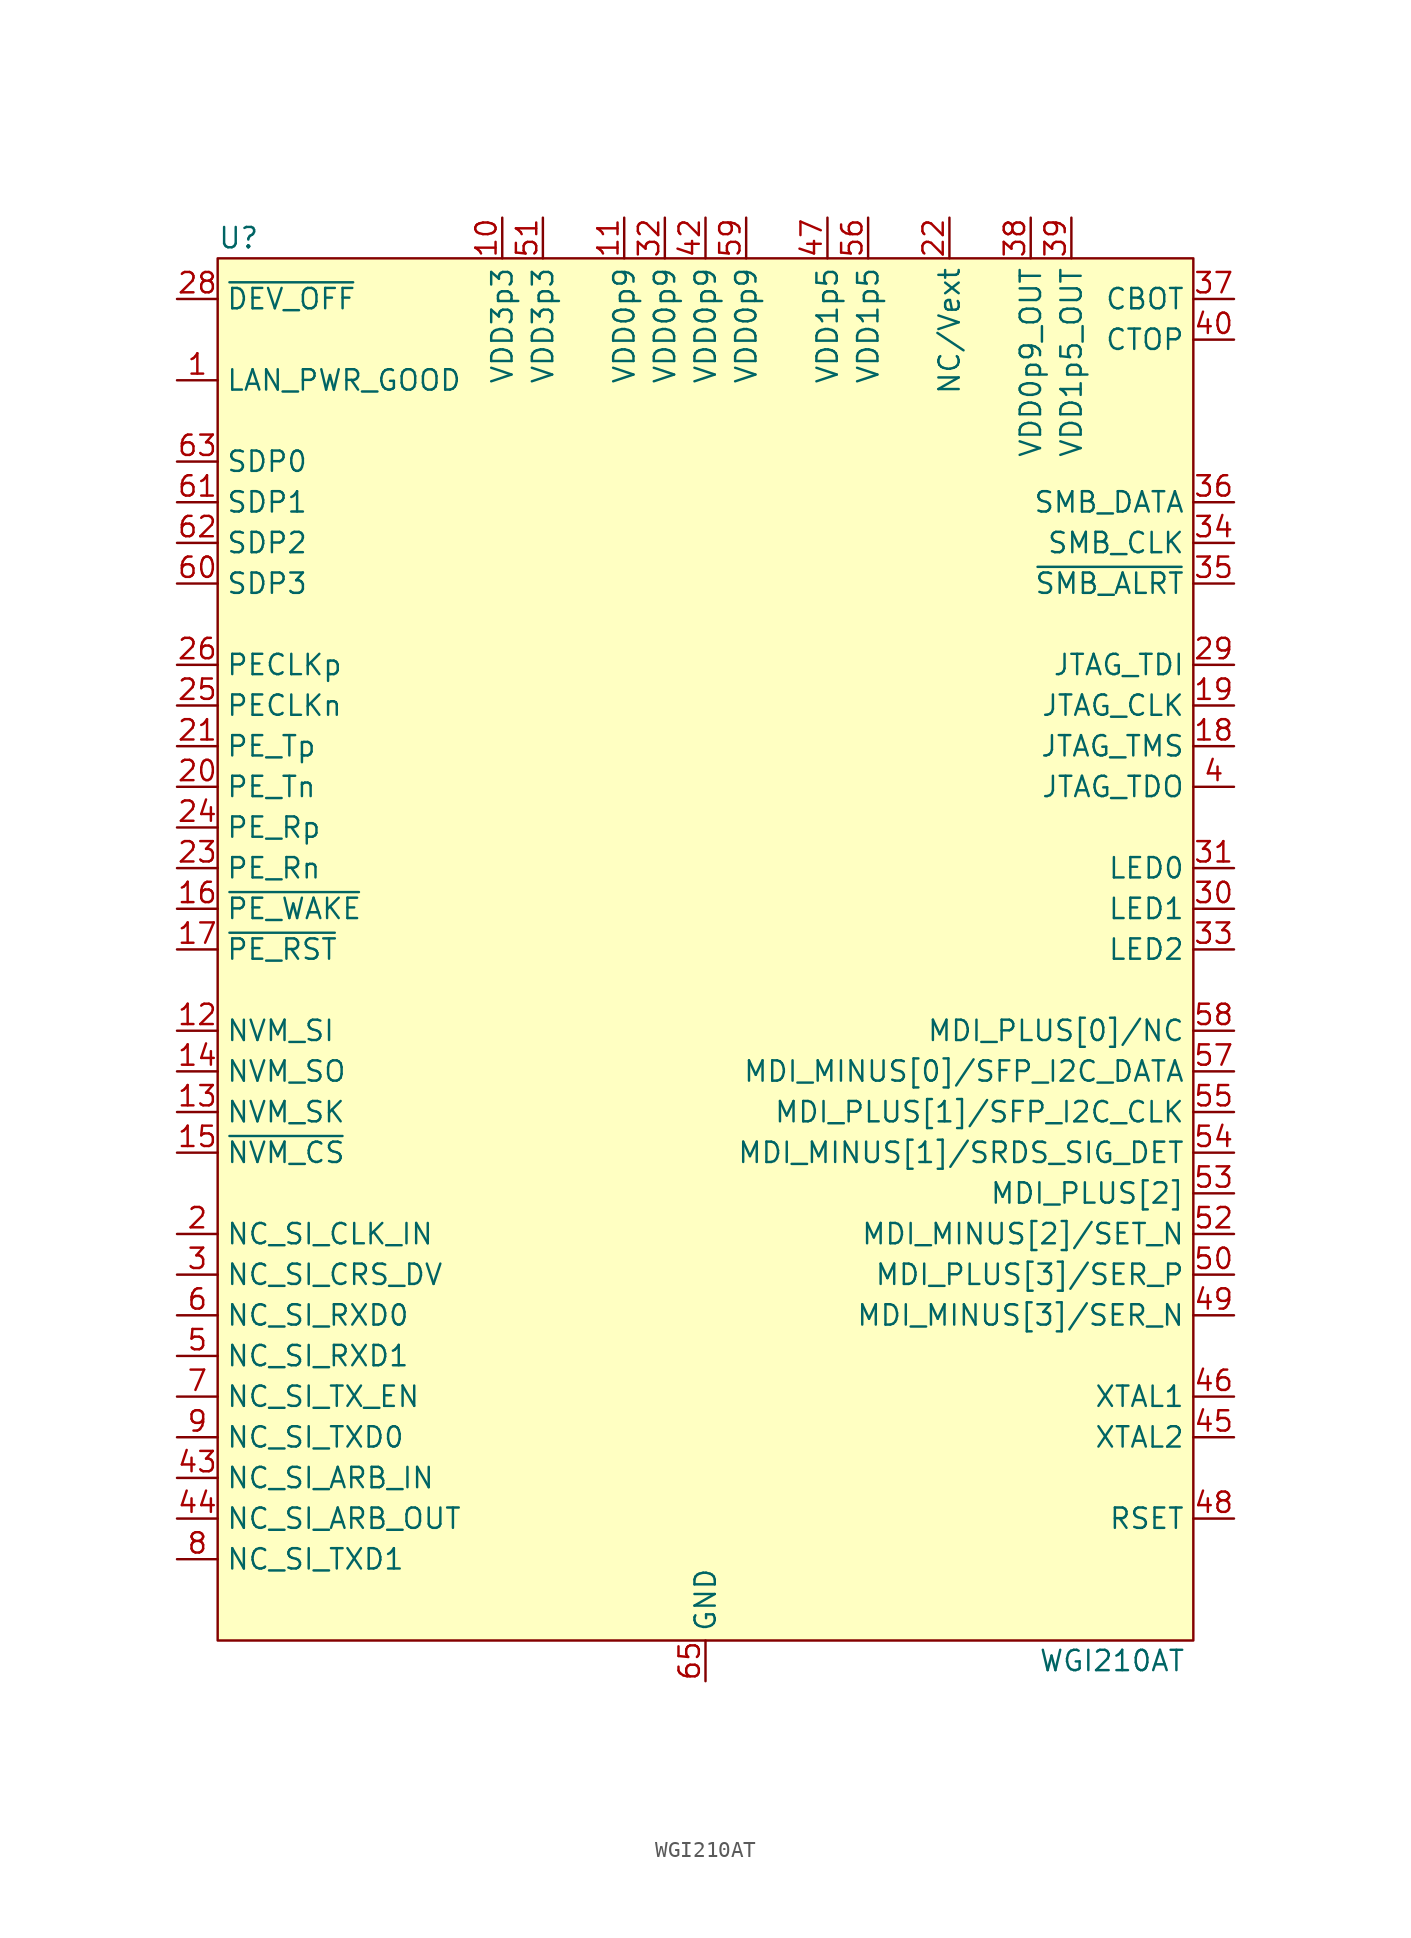
<source format=kicad_sym>
(kicad_symbol_lib
  (version 20220914)
  (generator kicad_symbol_editor)
  (symbol "WGI210AT"
    (property "Reference" "U"
      (at -30.48 44.45 0)
      (effects (font (size 1.27 1.27)) (justify left)))
    (property "Value" "WGI210AT"
      (at 25.4 -44.45 0)
      (effects (font (size 1.27 1.27))))
    (symbol "WGI210AT_0_1"
      (rectangle (start -30.48 43.18) (end 30.48 -43.18) (stroke (width 0) (type default)) (fill (type background)))
      (pin input line (at -33.02 35.56 0) (length 2.54) (name "LAN_PWR_GOOD" (effects (font (size 1.27 1.27)))) (number "1" (effects (font (size 1.27 1.27)))))
      (pin power_in line (at -12.7 45.72 270) (length 2.54) (name "VDD3p3" (effects (font (size 1.27 1.27)))) (number "10" (effects (font (size 1.27 1.27)))))
      (pin power_in line (at -5.08 45.72 270) (length 2.54) (name "VDD0p9" (effects (font (size 1.27 1.27)))) (number "11" (effects (font (size 1.27 1.27)))))
      (pin output line (at -33.02 -5.08 0) (length 2.54) (name "NVM_SI" (effects (font (size 1.27 1.27)))) (number "12" (effects (font (size 1.27 1.27)))))
      (pin output line (at -33.02 -10.16 0) (length 2.54) (name "NVM_SK" (effects (font (size 1.27 1.27)))) (number "13" (effects (font (size 1.27 1.27)))))
      (pin input line (at -33.02 -7.62 0) (length 2.54) (name "NVM_SO" (effects (font (size 1.27 1.27)))) (number "14" (effects (font (size 1.27 1.27)))))
      (pin output line (at -33.02 -12.7 0) (length 2.54) (name "~{NVM_CS}" (effects (font (size 1.27 1.27)))) (number "15" (effects (font (size 1.27 1.27)))))
      (pin bidirectional line (at -33.02 2.54 0) (length 2.54) (name "~{PE_WAKE}" (effects (font (size 1.27 1.27)))) (number "16" (effects (font (size 1.27 1.27)))))
      (pin input line (at -33.02 0 0) (length 2.54) (name "~{PE_RST}" (effects (font (size 1.27 1.27)))) (number "17" (effects (font (size 1.27 1.27)))))
      (pin input line (at 33.02 12.7 180) (length 2.54) (name "JTAG_TMS" (effects (font (size 1.27 1.27)))) (number "18" (effects (font (size 1.27 1.27)))))
      (pin input line (at 33.02 15.24 180) (length 2.54) (name "JTAG_CLK" (effects (font (size 1.27 1.27)))) (number "19" (effects (font (size 1.27 1.27)))))
      (pin input line (at -33.02 -17.78 0) (length 2.54) (name "NC_SI_CLK_IN" (effects (font (size 1.27 1.27)))) (number "2" (effects (font (size 1.27 1.27)))))
      (pin output line (at -33.02 10.16 0) (length 2.54) (name "PE_Tn" (effects (font (size 1.27 1.27)))) (number "20" (effects (font (size 1.27 1.27)))))
      (pin output line (at -33.02 12.7 0) (length 2.54) (name "PE_Tp" (effects (font (size 1.27 1.27)))) (number "21" (effects (font (size 1.27 1.27)))))
      (pin power_in line (at 15.24 45.72 270) (length 2.54) (name "NC/Vext" (effects (font (size 1.27 1.27)))) (number "22" (effects (font (size 1.27 1.27)))))
      (pin input line (at -33.02 5.08 0) (length 2.54) (name "PE_Rn" (effects (font (size 1.27 1.27)))) (number "23" (effects (font (size 1.27 1.27)))))
      (pin input line (at -33.02 7.62 0) (length 2.54) (name "PE_Rp" (effects (font (size 1.27 1.27)))) (number "24" (effects (font (size 1.27 1.27)))))
      (pin input line (at -33.02 15.24 0) (length 2.54) (name "PECLKn" (effects (font (size 1.27 1.27)))) (number "25" (effects (font (size 1.27 1.27)))))
      (pin input line (at -33.02 17.78 0) (length 2.54) (name "PECLKp" (effects (font (size 1.27 1.27)))) (number "26" (effects (font (size 1.27 1.27)))))
      (pin passive line (at -12.7 45.72 270) (length 2.54) hide (name "VDD3p3" (effects (font (size 1.27 1.27)))) (number "27" (effects (font (size 1.27 1.27)))))
      (pin input line (at -33.02 40.64 0) (length 2.54) (name "~{DEV_OFF}" (effects (font (size 1.27 1.27)))) (number "28" (effects (font (size 1.27 1.27)))))
      (pin input line (at 33.02 17.78 180) (length 2.54) (name "JTAG_TDI" (effects (font (size 1.27 1.27)))) (number "29" (effects (font (size 1.27 1.27)))))
      (pin output line (at -33.02 -20.32 0) (length 2.54) (name "NC_SI_CRS_DV" (effects (font (size 1.27 1.27)))) (number "3" (effects (font (size 1.27 1.27)))))
      (pin output line (at 33.02 2.54 180) (length 2.54) (name "LED1" (effects (font (size 1.27 1.27)))) (number "30" (effects (font (size 1.27 1.27)))))
      (pin output line (at 33.02 5.08 180) (length 2.54) (name "LED0" (effects (font (size 1.27 1.27)))) (number "31" (effects (font (size 1.27 1.27)))))
      (pin power_in line (at -2.54 45.72 270) (length 2.54) (name "VDD0p9" (effects (font (size 1.27 1.27)))) (number "32" (effects (font (size 1.27 1.27)))))
      (pin output line (at 33.02 0 180) (length 2.54) (name "LED2" (effects (font (size 1.27 1.27)))) (number "33" (effects (font (size 1.27 1.27)))))
      (pin bidirectional line (at 33.02 25.4 180) (length 2.54) (name "SMB_CLK" (effects (font (size 1.27 1.27)))) (number "34" (effects (font (size 1.27 1.27)))))
      (pin output line (at 33.02 22.86 180) (length 2.54) (name "~{SMB_ALRT}" (effects (font (size 1.27 1.27)))) (number "35" (effects (font (size 1.27 1.27)))))
      (pin bidirectional line (at 33.02 27.94 180) (length 2.54) (name "SMB_DATA" (effects (font (size 1.27 1.27)))) (number "36" (effects (font (size 1.27 1.27)))))
      (pin passive line (at 33.02 40.64 180) (length 2.54) (name "CBOT" (effects (font (size 1.27 1.27)))) (number "37" (effects (font (size 1.27 1.27)))))
      (pin power_out line (at 20.32 45.72 270) (length 2.54) (name "VDD0p9_OUT" (effects (font (size 1.27 1.27)))) (number "38" (effects (font (size 1.27 1.27)))))
      (pin power_out line (at 22.86 45.72 270) (length 2.54) (name "VDD1p5_OUT" (effects (font (size 1.27 1.27)))) (number "39" (effects (font (size 1.27 1.27)))))
      (pin output line (at 33.02 10.16 180) (length 2.54) (name "JTAG_TDO" (effects (font (size 1.27 1.27)))) (number "4" (effects (font (size 1.27 1.27)))))
      (pin passive line (at 33.02 38.1 180) (length 2.54) (name "CTOP" (effects (font (size 1.27 1.27)))) (number "40" (effects (font (size 1.27 1.27)))))
      (pin passive line (at -12.7 45.72 270) (length 2.54) hide (name "VDD3p3" (effects (font (size 1.27 1.27)))) (number "41" (effects (font (size 1.27 1.27)))))
      (pin power_in line (at 0 45.72 270) (length 2.54) (name "VDD0p9" (effects (font (size 1.27 1.27)))) (number "42" (effects (font (size 1.27 1.27)))))
      (pin input line (at -33.02 -33.02 0) (length 2.54) (name "NC_SI_ARB_IN" (effects (font (size 1.27 1.27)))) (number "43" (effects (font (size 1.27 1.27)))))
      (pin output line (at -33.02 -35.56 0) (length 2.54) (name "NC_SI_ARB_OUT" (effects (font (size 1.27 1.27)))) (number "44" (effects (font (size 1.27 1.27)))))
      (pin output line (at 33.02 -30.48 180) (length 2.54) (name "XTAL2" (effects (font (size 1.27 1.27)))) (number "45" (effects (font (size 1.27 1.27)))))
      (pin input line (at 33.02 -27.94 180) (length 2.54) (name "XTAL1" (effects (font (size 1.27 1.27)))) (number "46" (effects (font (size 1.27 1.27)))))
      (pin power_in line (at 7.62 45.72 270) (length 2.54) (name "VDD1p5" (effects (font (size 1.27 1.27)))) (number "47" (effects (font (size 1.27 1.27)))))
      (pin passive line (at 33.02 -35.56 180) (length 2.54) (name "RSET" (effects (font (size 1.27 1.27)))) (number "48" (effects (font (size 1.27 1.27)))))
      (pin bidirectional line (at 33.02 -22.86 180) (length 2.54) (name "MDI_MINUS[3]/SER_N" (effects (font (size 1.27 1.27)))) (number "49" (effects (font (size 1.27 1.27)))))
      (pin output line (at -33.02 -25.4 0) (length 2.54) (name "NC_SI_RXD1" (effects (font (size 1.27 1.27)))) (number "5" (effects (font (size 1.27 1.27)))))
      (pin bidirectional line (at 33.02 -20.32 180) (length 2.54) (name "MDI_PLUS[3]/SER_P" (effects (font (size 1.27 1.27)))) (number "50" (effects (font (size 1.27 1.27)))))
      (pin power_in line (at -10.16 45.72 270) (length 2.54) (name "VDD3p3" (effects (font (size 1.27 1.27)))) (number "51" (effects (font (size 1.27 1.27)))))
      (pin bidirectional line (at 33.02 -17.78 180) (length 2.54) (name "MDI_MINUS[2]/SET_N" (effects (font (size 1.27 1.27)))) (number "52" (effects (font (size 1.27 1.27)))))
      (pin bidirectional line (at 33.02 -15.24 180) (length 2.54) (name "MDI_PLUS[2]" (effects (font (size 1.27 1.27)))) (number "53" (effects (font (size 1.27 1.27)))))
      (pin bidirectional line (at 33.02 -12.7 180) (length 2.54) (name "MDI_MINUS[1]/SRDS_SIG_DET" (effects (font (size 1.27 1.27)))) (number "54" (effects (font (size 1.27 1.27)))))
      (pin bidirectional line (at 33.02 -10.16 180) (length 2.54) (name "MDI_PLUS[1]/SFP_I2C_CLK" (effects (font (size 1.27 1.27)))) (number "55" (effects (font (size 1.27 1.27)))))
      (pin power_in line (at 10.16 45.72 270) (length 2.54) (name "VDD1p5" (effects (font (size 1.27 1.27)))) (number "56" (effects (font (size 1.27 1.27)))))
      (pin bidirectional line (at 33.02 -7.62 180) (length 2.54) (name "MDI_MINUS[0]/SFP_I2C_DATA" (effects (font (size 1.27 1.27)))) (number "57" (effects (font (size 1.27 1.27)))))
      (pin bidirectional line (at 33.02 -5.08 180) (length 2.54) (name "MDI_PLUS[0]/NC" (effects (font (size 1.27 1.27)))) (number "58" (effects (font (size 1.27 1.27)))))
      (pin power_in line (at 2.54 45.72 270) (length 2.54) (name "VDD0p9" (effects (font (size 1.27 1.27)))) (number "59" (effects (font (size 1.27 1.27)))))
      (pin output line (at -33.02 -22.86 0) (length 2.54) (name "NC_SI_RXD0" (effects (font (size 1.27 1.27)))) (number "6" (effects (font (size 1.27 1.27)))))
      (pin bidirectional line (at -33.02 22.86 0) (length 2.54) (name "SDP3" (effects (font (size 1.27 1.27)))) (number "60" (effects (font (size 1.27 1.27)))))
      (pin bidirectional line (at -33.02 27.94 0) (length 2.54) (name "SDP1" (effects (font (size 1.27 1.27)))) (number "61" (effects (font (size 1.27 1.27)))))
      (pin bidirectional line (at -33.02 25.4 0) (length 2.54) (name "SDP2" (effects (font (size 1.27 1.27)))) (number "62" (effects (font (size 1.27 1.27)))))
      (pin bidirectional line (at -33.02 30.48 0) (length 2.54) (name "SDP0" (effects (font (size 1.27 1.27)))) (number "63" (effects (font (size 1.27 1.27)))))
      (pin passive line (at -12.7 45.72 270) (length 2.54) hide (name "VDD3p3" (effects (font (size 1.27 1.27)))) (number "64" (effects (font (size 1.27 1.27)))))
      (pin power_in line (at 0 -45.72 90) (length 2.54) (name "GND" (effects (font (size 1.27 1.27)))) (number "65" (effects (font (size 1.27 1.27)))))
      (pin input line (at -33.02 -27.94 0) (length 2.54) (name "NC_SI_TX_EN" (effects (font (size 1.27 1.27)))) (number "7" (effects (font (size 1.27 1.27)))))
      (pin input line (at -33.02 -38.1 0) (length 2.54) (name "NC_SI_TXD1" (effects (font (size 1.27 1.27)))) (number "8" (effects (font (size 1.27 1.27)))))
      (pin input line (at -33.02 -30.48 0) (length 2.54) (name "NC_SI_TXD0" (effects (font (size 1.27 1.27)))) (number "9" (effects (font (size 1.27 1.27))))))))
</source>
